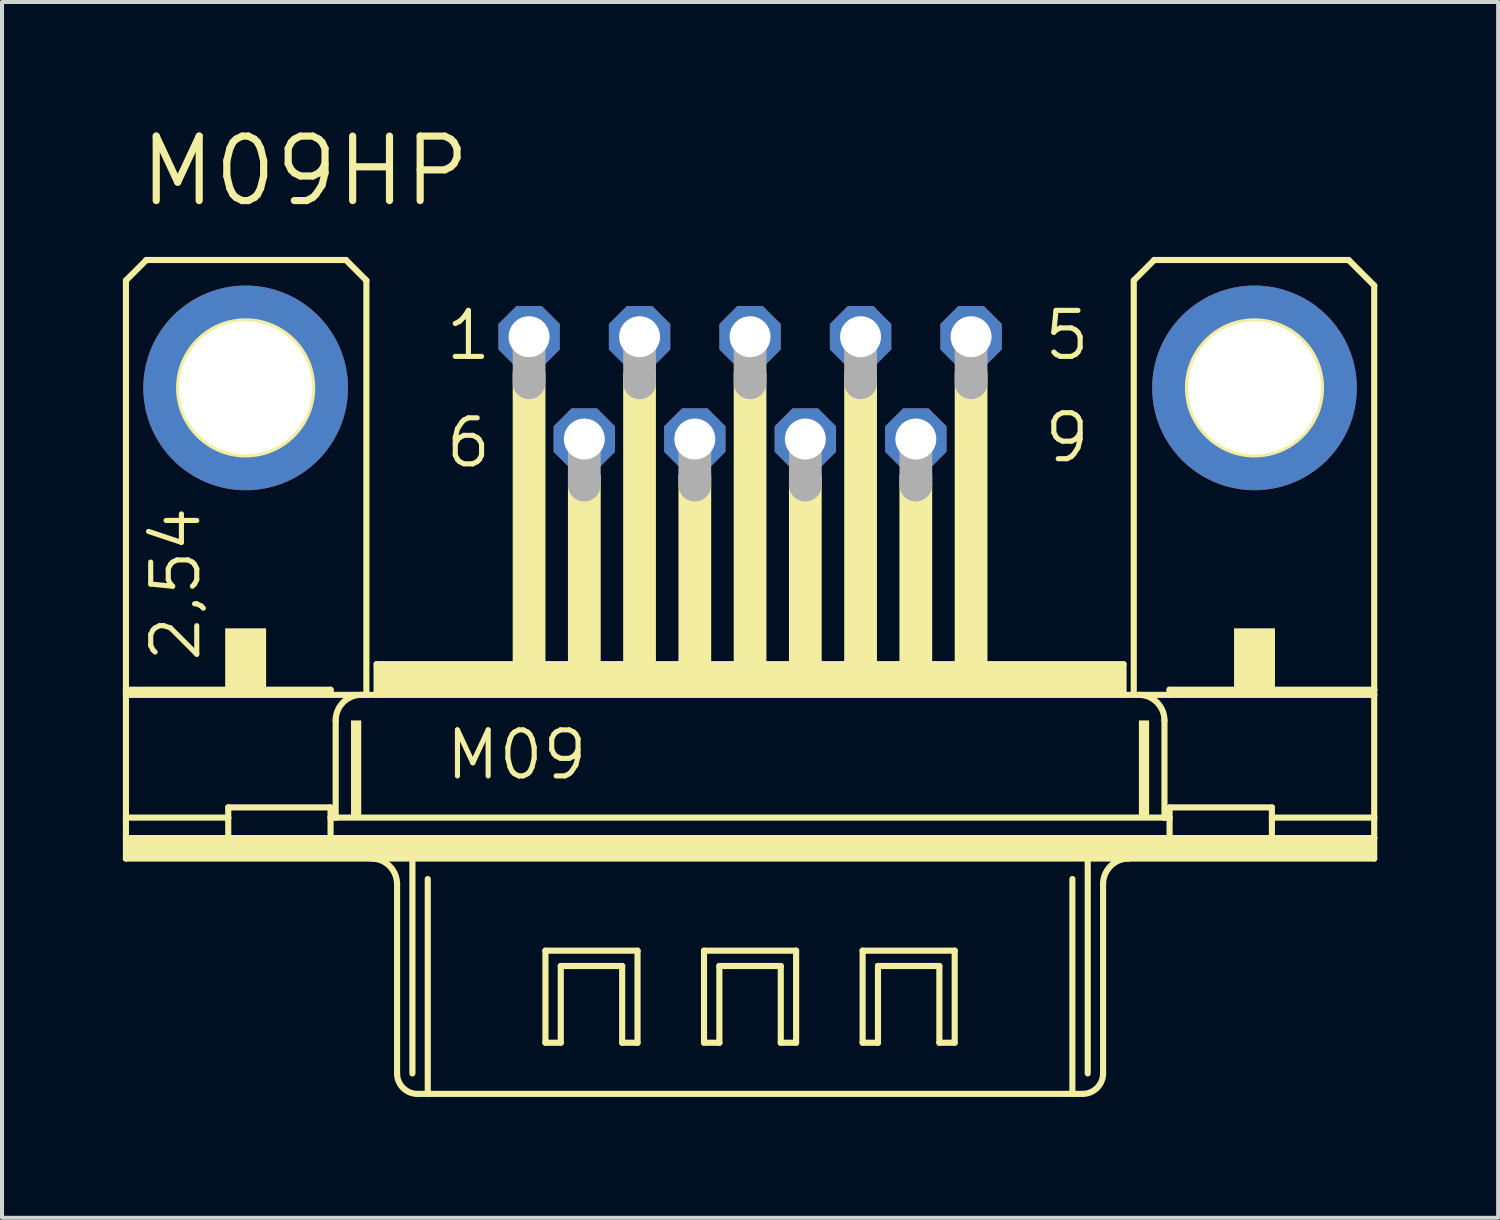
<source format=kicad_pcb>
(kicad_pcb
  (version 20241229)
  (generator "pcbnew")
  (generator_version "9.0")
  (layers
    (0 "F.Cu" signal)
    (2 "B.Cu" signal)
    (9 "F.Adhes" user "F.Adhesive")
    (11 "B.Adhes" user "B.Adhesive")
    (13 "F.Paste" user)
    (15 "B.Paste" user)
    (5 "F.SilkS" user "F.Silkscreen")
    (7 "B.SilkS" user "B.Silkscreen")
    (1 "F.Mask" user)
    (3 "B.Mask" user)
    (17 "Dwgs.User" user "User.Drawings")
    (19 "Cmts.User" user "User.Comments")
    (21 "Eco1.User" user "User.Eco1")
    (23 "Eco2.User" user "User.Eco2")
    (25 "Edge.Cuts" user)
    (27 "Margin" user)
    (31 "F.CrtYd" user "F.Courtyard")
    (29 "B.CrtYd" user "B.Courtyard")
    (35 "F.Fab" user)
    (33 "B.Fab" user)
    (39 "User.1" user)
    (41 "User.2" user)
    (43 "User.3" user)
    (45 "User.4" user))
  (footprint "M09HP"
    (layer "F.Cu")
    (at 15.57 6.579)
    (property "Reference" "M09HP" (at -15.24 -4.445 0) (layer "F.SilkS") (effects (font (size 1.6 1.6) (thickness 0.178)) (justify left bottom)))
    (fp_line (start -15.494 -2.667) (end -15.494 7.493) (stroke (width 0.152) (type solid)) (layer "F.SilkS"))
    (fp_line (start -15.494 7.62) (end -15.494 7.493) (stroke (width 0.152) (type solid)) (layer "F.SilkS"))
    (fp_line (start -15.494 10.668) (end -15.494 7.62) (stroke (width 0.152) (type solid)) (layer "F.SilkS"))
    (fp_line (start -15.494 11.176) (end -15.494 10.668) (stroke (width 0.152) (type solid)) (layer "F.SilkS"))
    (fp_line (start -15.494 11.684) (end -15.494 11.176) (stroke (width 0.152) (type solid)) (layer "F.SilkS"))
    (fp_line (start -14.986 -3.175) (end -15.494 -2.667) (stroke (width 0.152) (type solid)) (layer "F.SilkS"))
    (fp_line (start -12.954 10.668) (end -15.494 10.668) (stroke (width 0.152) (type solid)) (layer "F.SilkS"))
    (fp_line (start -12.954 10.668) (end -12.954 10.414) (stroke (width 0.152) (type solid)) (layer "F.SilkS"))
    (fp_line (start -12.954 10.668) (end -12.954 11.176) (stroke (width 0.152) (type solid)) (layer "F.SilkS"))
    (fp_line (start -12.954 11.176) (end -15.494 11.176) (stroke (width 0.152) (type solid)) (layer "F.SilkS"))
    (fp_line (start -10.414 7.493) (end -15.494 7.493) (stroke (width 0.152) (type solid)) (layer "F.SilkS"))
    (fp_line (start -10.414 7.493) (end -10.414 7.62) (stroke (width 0.152) (type solid)) (layer "F.SilkS"))
    (fp_line (start -10.414 7.62) (end -15.494 7.62) (stroke (width 0.152) (type solid)) (layer "F.SilkS"))
    (fp_line (start -10.414 10.414) (end -12.954 10.414) (stroke (width 0.152) (type solid)) (layer "F.SilkS"))
    (fp_line (start -10.414 10.414) (end -10.414 10.668) (stroke (width 0.152) (type solid)) (layer "F.SilkS"))
    (fp_line (start -10.414 10.668) (end -10.414 11.176) (stroke (width 0.152) (type solid)) (layer "F.SilkS"))
    (fp_line (start -10.414 11.176) (end -12.954 11.176) (stroke (width 0.152) (type solid)) (layer "F.SilkS"))
    (fp_line (start -10.287 8.255) (end -10.287 10.668) (stroke (width 0.152) (type solid)) (layer "F.SilkS"))
    (fp_line (start -10.287 10.668) (end -10.414 10.668) (stroke (width 0.152) (type solid)) (layer "F.SilkS"))
    (fp_line (start -10.033 -3.175) (end -14.986 -3.175) (stroke (width 0.152) (type solid)) (layer "F.SilkS"))
    (fp_line (start -9.525 -2.667) (end -10.033 -3.175) (stroke (width 0.152) (type solid)) (layer "F.SilkS"))
    (fp_line (start -9.525 -2.667) (end -9.525 7.62) (stroke (width 0.152) (type solid)) (layer "F.SilkS"))
    (fp_line (start -9.525 7.62) (end -10.414 7.62) (stroke (width 0.152) (type solid)) (layer "F.SilkS"))
    (fp_line (start -9.271 7.62) (end -9.525 7.62) (stroke (width 0.152) (type solid)) (layer "F.SilkS"))
    (fp_line (start -9.271 7.62) (end -9.271 6.858) (stroke (width 0.152) (type solid)) (layer "F.SilkS"))
    (fp_line (start -8.763 12.319) (end -8.763 17.018) (stroke (width 0.152) (type solid)) (layer "F.SilkS"))
    (fp_line (start -8.382 11.684) (end -15.494 11.684) (stroke (width 0.152) (type solid)) (layer "F.SilkS"))
    (fp_line (start -8.382 11.684) (end -8.382 17.018) (stroke (width 0.152) (type solid)) (layer "F.SilkS"))
    (fp_line (start -8.001 12.192) (end -8.001 17.526) (stroke (width 0.152) (type solid)) (layer "F.SilkS"))
    (fp_line (start -8.001 17.526) (end -8.255 17.526) (stroke (width 0.152) (type solid)) (layer "F.SilkS"))
    (fp_line (start -5.08 13.97) (end -2.794 13.97) (stroke (width 0.152) (type solid)) (layer "F.SilkS"))
    (fp_line (start -5.08 16.256) (end -5.08 13.97) (stroke (width 0.152) (type solid)) (layer "F.SilkS"))
    (fp_line (start -4.699 14.351) (end -4.699 16.256) (stroke (width 0.152) (type solid)) (layer "F.SilkS"))
    (fp_line (start -4.699 16.256) (end -5.08 16.256) (stroke (width 0.152) (type solid)) (layer "F.SilkS"))
    (fp_line (start -3.175 14.351) (end -4.699 14.351) (stroke (width 0.152) (type solid)) (layer "F.SilkS"))
    (fp_line (start -3.175 16.256) (end -3.175 14.351) (stroke (width 0.152) (type solid)) (layer "F.SilkS"))
    (fp_line (start -2.794 13.97) (end -2.794 16.256) (stroke (width 0.152) (type solid)) (layer "F.SilkS"))
    (fp_line (start -2.794 16.256) (end -3.175 16.256) (stroke (width 0.152) (type solid)) (layer "F.SilkS"))
    (fp_line (start -1.143 13.97) (end 1.143 13.97) (stroke (width 0.152) (type solid)) (layer "F.SilkS"))
    (fp_line (start -1.143 16.256) (end -1.143 13.97) (stroke (width 0.152) (type solid)) (layer "F.SilkS"))
    (fp_line (start -0.762 14.351) (end -0.762 16.256) (stroke (width 0.152) (type solid)) (layer "F.SilkS"))
    (fp_line (start -0.762 16.256) (end -1.143 16.256) (stroke (width 0.152) (type solid)) (layer "F.SilkS"))
    (fp_line (start 0.762 14.351) (end -0.762 14.351) (stroke (width 0.152) (type solid)) (layer "F.SilkS"))
    (fp_line (start 0.762 16.256) (end 0.762 14.351) (stroke (width 0.152) (type solid)) (layer "F.SilkS"))
    (fp_line (start 1.143 13.97) (end 1.143 16.256) (stroke (width 0.152) (type solid)) (layer "F.SilkS"))
    (fp_line (start 1.143 16.256) (end 0.762 16.256) (stroke (width 0.152) (type solid)) (layer "F.SilkS"))
    (fp_line (start 2.794 13.97) (end 5.08 13.97) (stroke (width 0.152) (type solid)) (layer "F.SilkS"))
    (fp_line (start 2.794 16.256) (end 2.794 13.97) (stroke (width 0.152) (type solid)) (layer "F.SilkS"))
    (fp_line (start 3.175 14.351) (end 3.175 16.256) (stroke (width 0.152) (type solid)) (layer "F.SilkS"))
    (fp_line (start 3.175 16.256) (end 2.794 16.256) (stroke (width 0.152) (type solid)) (layer "F.SilkS"))
    (fp_line (start 4.699 14.351) (end 3.175 14.351) (stroke (width 0.152) (type solid)) (layer "F.SilkS"))
    (fp_line (start 4.699 16.256) (end 4.699 14.351) (stroke (width 0.152) (type solid)) (layer "F.SilkS"))
    (fp_line (start 5.08 13.97) (end 5.08 16.256) (stroke (width 0.152) (type solid)) (layer "F.SilkS"))
    (fp_line (start 5.08 16.256) (end 4.699 16.256) (stroke (width 0.152) (type solid)) (layer "F.SilkS"))
    (fp_line (start 8.001 12.192) (end 8.001 17.526) (stroke (width 0.152) (type solid)) (layer "F.SilkS"))
    (fp_line (start 8.001 17.526) (end -8.001 17.526) (stroke (width 0.152) (type solid)) (layer "F.SilkS"))
    (fp_line (start 8.255 17.526) (end 8.001 17.526) (stroke (width 0.152) (type solid)) (layer "F.SilkS"))
    (fp_line (start 8.382 11.684) (end -8.382 11.684) (stroke (width 0.152) (type solid)) (layer "F.SilkS"))
    (fp_line (start 8.382 11.684) (end 8.382 17.018) (stroke (width 0.152) (type solid)) (layer "F.SilkS"))
    (fp_line (start 8.763 12.319) (end 8.763 17.018) (stroke (width 0.152) (type solid)) (layer "F.SilkS"))
    (fp_line (start 9.271 6.858) (end -9.271 6.858) (stroke (width 0.152) (type solid)) (layer "F.SilkS"))
    (fp_line (start 9.271 7.62) (end -9.271 7.62) (stroke (width 0.152) (type solid)) (layer "F.SilkS"))
    (fp_line (start 9.271 7.62) (end 9.271 6.858) (stroke (width 0.152) (type solid)) (layer "F.SilkS"))
    (fp_line (start 9.525 -2.667) (end 9.525 7.62) (stroke (width 0.152) (type solid)) (layer "F.SilkS"))
    (fp_line (start 9.525 7.62) (end 9.271 7.62) (stroke (width 0.152) (type solid)) (layer "F.SilkS"))
    (fp_line (start 10.033 -3.175) (end 9.525 -2.667) (stroke (width 0.152) (type solid)) (layer "F.SilkS"))
    (fp_line (start 10.033 -3.175) (end 14.859 -3.175) (stroke (width 0.152) (type solid)) (layer "F.SilkS"))
    (fp_line (start 10.287 8.255) (end 10.287 10.668) (stroke (width 0.152) (type solid)) (layer "F.SilkS"))
    (fp_line (start 10.287 10.668) (end -10.287 10.668) (stroke (width 0.152) (type solid)) (layer "F.SilkS"))
    (fp_line (start 10.414 7.493) (end 10.414 7.62) (stroke (width 0.152) (type solid)) (layer "F.SilkS"))
    (fp_line (start 10.414 7.62) (end 9.525 7.62) (stroke (width 0.152) (type solid)) (layer "F.SilkS"))
    (fp_line (start 10.414 10.414) (end 10.414 10.668) (stroke (width 0.152) (type solid)) (layer "F.SilkS"))
    (fp_line (start 10.414 10.668) (end 10.287 10.668) (stroke (width 0.152) (type solid)) (layer "F.SilkS"))
    (fp_line (start 10.414 10.668) (end 10.414 11.176) (stroke (width 0.152) (type solid)) (layer "F.SilkS"))
    (fp_line (start 10.414 11.176) (end -10.414 11.176) (stroke (width 0.152) (type solid)) (layer "F.SilkS"))
    (fp_line (start 12.954 10.414) (end 10.414 10.414) (stroke (width 0.152) (type solid)) (layer "F.SilkS"))
    (fp_line (start 12.954 10.668) (end 12.954 10.414) (stroke (width 0.152) (type solid)) (layer "F.SilkS"))
    (fp_line (start 12.954 10.668) (end 12.954 11.176) (stroke (width 0.152) (type solid)) (layer "F.SilkS"))
    (fp_line (start 12.954 11.176) (end 10.414 11.176) (stroke (width 0.152) (type solid)) (layer "F.SilkS"))
    (fp_line (start 14.859 -3.175) (end 15.494 -2.54) (stroke (width 0.152) (type solid)) (layer "F.SilkS"))
    (fp_line (start 15.494 -2.54) (end 15.494 7.493) (stroke (width 0.152) (type solid)) (layer "F.SilkS"))
    (fp_line (start 15.494 7.493) (end 10.414 7.493) (stroke (width 0.152) (type solid)) (layer "F.SilkS"))
    (fp_line (start 15.494 7.62) (end 10.414 7.62) (stroke (width 0.152) (type solid)) (layer "F.SilkS"))
    (fp_line (start 15.494 7.62) (end 15.494 7.493) (stroke (width 0.152) (type solid)) (layer "F.SilkS"))
    (fp_line (start 15.494 7.62) (end 15.494 10.668) (stroke (width 0.152) (type solid)) (layer "F.SilkS"))
    (fp_line (start 15.494 10.668) (end 12.954 10.668) (stroke (width 0.152) (type solid)) (layer "F.SilkS"))
    (fp_line (start 15.494 10.668) (end 15.494 11.176) (stroke (width 0.152) (type solid)) (layer "F.SilkS"))
    (fp_line (start 15.494 11.176) (end 12.954 11.176) (stroke (width 0.152) (type solid)) (layer "F.SilkS"))
    (fp_line (start 15.494 11.176) (end 15.494 11.684) (stroke (width 0.152) (type solid)) (layer "F.SilkS"))
    (fp_line (start 15.494 11.684) (end 8.382 11.684) (stroke (width 0.152) (type solid)) (layer "F.SilkS"))
    (fp_arc (start -10.287 8.255) (mid -10.101013 7.805987) (end -9.652 7.62) (stroke (width 0.1524) (type solid)) (layer "F.SilkS"))
    (fp_arc (start -9.398 11.684) (mid -8.948987 11.869987) (end -8.763 12.319) (stroke (width 0.1524) (type solid)) (layer "F.SilkS"))
    (fp_arc (start -8.255 17.526) (mid -8.61421 17.37721) (end -8.763 17.018) (stroke (width 0.1524) (type solid)) (layer "F.SilkS"))
    (fp_arc (start 8.763 12.319) (mid 8.948987 11.869987) (end 9.398 11.684) (stroke (width 0.1524) (type solid)) (layer "F.SilkS"))
    (fp_arc (start 8.763 17.018) (mid 8.61421 17.37721) (end 8.255 17.526) (stroke (width 0.1524) (type solid)) (layer "F.SilkS"))
    (fp_arc (start 9.652 7.62) (mid 10.101013 7.805987) (end 10.287 8.255) (stroke (width 0.1524) (type solid)) (layer "F.SilkS"))
    (fp_circle (center -12.522 0) (end -10.871 0) (stroke (width 0.152) (type solid)) (fill no) (layer "F.SilkS"))
    (fp_circle (center 12.522 0) (end 14.173 0) (stroke (width 0.152) (type solid)) (fill no) (layer "F.SilkS"))
    (fp_poly (pts (xy -15.494 11.684) (xy 15.494 11.684) (xy 15.494 11.176) (xy -15.494 11.176)) (stroke (width 0) (type default)) (fill yes) (layer "F.SilkS"))
    (fp_poly (pts (xy -13.03 7.62) (xy -12.014 7.62) (xy -12.014 5.969) (xy -13.03 5.969)) (stroke (width 0) (type default)) (fill yes) (layer "F.SilkS"))
    (fp_poly (pts (xy -9.906 10.668) (xy -9.652 10.668) (xy -9.652 8.255) (xy -9.906 8.255)) (stroke (width 0) (type default)) (fill yes) (layer "F.SilkS"))
    (fp_poly (pts (xy -9.271 7.62) (xy 9.271 7.62) (xy 9.271 6.858) (xy -9.271 6.858)) (stroke (width 0) (type default)) (fill yes) (layer "F.SilkS"))
    (fp_poly (pts (xy -5.893 6.858) (xy -5.08 6.858) (xy -5.08 -0.381) (xy -5.893 -0.381)) (stroke (width 0) (type default)) (fill yes) (layer "F.SilkS"))
    (fp_poly (pts (xy -4.521 6.858) (xy -3.708 6.858) (xy -3.708 2.159) (xy -4.521 2.159)) (stroke (width 0) (type default)) (fill yes) (layer "F.SilkS"))
    (fp_poly (pts (xy -3.15 6.858) (xy -2.337 6.858) (xy -2.337 -0.381) (xy -3.15 -0.381)) (stroke (width 0) (type default)) (fill yes) (layer "F.SilkS"))
    (fp_poly (pts (xy -1.778 6.858) (xy -0.965 6.858) (xy -0.965 2.159) (xy -1.778 2.159)) (stroke (width 0) (type default)) (fill yes) (layer "F.SilkS"))
    (fp_poly (pts (xy -0.406 6.858) (xy 0.406 6.858) (xy 0.406 -0.381) (xy -0.406 -0.381)) (stroke (width 0) (type default)) (fill yes) (layer "F.SilkS"))
    (fp_poly (pts (xy 0.965 6.858) (xy 1.778 6.858) (xy 1.778 2.159) (xy 0.965 2.159)) (stroke (width 0) (type default)) (fill yes) (layer "F.SilkS"))
    (fp_poly (pts (xy 2.337 6.858) (xy 3.15 6.858) (xy 3.15 -0.381) (xy 2.337 -0.381)) (stroke (width 0) (type default)) (fill yes) (layer "F.SilkS"))
    (fp_poly (pts (xy 3.708 6.858) (xy 4.521 6.858) (xy 4.521 2.159) (xy 3.708 2.159)) (stroke (width 0) (type default)) (fill yes) (layer "F.SilkS"))
    (fp_poly (pts (xy 5.08 6.858) (xy 5.893 6.858) (xy 5.893 -0.381) (xy 5.08 -0.381)) (stroke (width 0) (type default)) (fill yes) (layer "F.SilkS"))
    (fp_poly (pts (xy 9.652 10.668) (xy 9.906 10.668) (xy 9.906 8.255) (xy 9.652 8.255)) (stroke (width 0) (type default)) (fill yes) (layer "F.SilkS"))
    (fp_poly (pts (xy 12.014 7.62) (xy 13.03 7.62) (xy 13.03 5.969) (xy 12.014 5.969)) (stroke (width 0) (type default)) (fill yes) (layer "F.SilkS"))
    (fp_line (start -5.486 -1.143) (end -5.486 -0.127) (stroke (width 0.813) (type solid)) (layer "F.Fab"))
    (fp_line (start -4.115 1.397) (end -4.115 2.413) (stroke (width 0.813) (type solid)) (layer "F.Fab"))
    (fp_line (start -2.743 -1.143) (end -2.743 -0.127) (stroke (width 0.813) (type solid)) (layer "F.Fab"))
    (fp_line (start -1.372 1.397) (end -1.372 2.413) (stroke (width 0.813) (type solid)) (layer "F.Fab"))
    (fp_line (start 0 -1.143) (end 0 -0.127) (stroke (width 0.813) (type solid)) (layer "F.Fab"))
    (fp_line (start 1.372 1.397) (end 1.372 2.413) (stroke (width 0.813) (type solid)) (layer "F.Fab"))
    (fp_line (start 2.743 -1.143) (end 2.743 -0.127) (stroke (width 0.813) (type solid)) (layer "F.Fab"))
    (fp_line (start 4.115 1.397) (end 4.115 2.413) (stroke (width 0.813) (type solid)) (layer "F.Fab"))
    (fp_line (start 5.486 -1.143) (end 5.486 -0.127) (stroke (width 0.813) (type solid)) (layer "F.Fab"))
    (fp_text user "2,54" (at -13.589 6.858 90) (layer "F.SilkS") (effects (font (size 1.143 1.143) (thickness 0.127)) (justify left bottom)))
    (fp_text user "1" (at -7.62 -0.635 0) (layer "F.SilkS") (effects (font (size 1.143 1.143) (thickness 0.127)) (justify left bottom)))
    (fp_text user "M09" (at -7.62 9.779 0) (layer "F.SilkS") (effects (font (size 1.143 1.143) (thickness 0.127)) (justify left bottom)))
    (fp_text user "5" (at 7.239 -0.635 0) (layer "F.SilkS") (effects (font (size 1.143 1.143) (thickness 0.127)) (justify left bottom)))
    (fp_text user "9" (at 7.239 1.905 0) (layer "F.SilkS") (effects (font (size 1.143 1.143) (thickness 0.127)) (justify left bottom)))
    (fp_text user "6" (at -7.62 2.032 0) (layer "F.SilkS") (effects (font (size 1.143 1.143) (thickness 0.127)) (justify left bottom)))
    (pad "1" thru_hole roundrect (at -5.486 -1.27) (size 1.524 1.524) (drill 1.016) (layers "*.Cu" "*.Mask") (roundrect_rratio 0.25) (chamfer_ratio 0.293) (chamfer top_left top_right bottom_left bottom_right))
    (pad "2" thru_hole roundrect (at -2.743 -1.27) (size 1.524 1.524) (drill 1.016) (layers "*.Cu" "*.Mask") (roundrect_rratio 0.25) (chamfer_ratio 0.293) (chamfer top_left top_right bottom_left bottom_right))
    (pad "3" thru_hole roundrect (at 0 -1.27) (size 1.524 1.524) (drill 1.016) (layers "*.Cu" "*.Mask") (roundrect_rratio 0.25) (chamfer_ratio 0.293) (chamfer top_left top_right bottom_left bottom_right))
    (pad "4" thru_hole roundrect (at 2.743 -1.27) (size 1.524 1.524) (drill 1.016) (layers "*.Cu" "*.Mask") (roundrect_rratio 0.25) (chamfer_ratio 0.293) (chamfer top_left top_right bottom_left bottom_right))
    (pad "5" thru_hole roundrect (at 5.486 -1.27) (size 1.524 1.524) (drill 1.016) (layers "*.Cu" "*.Mask") (roundrect_rratio 0.25) (chamfer_ratio 0.293) (chamfer top_left top_right bottom_left bottom_right))
    (pad "6" thru_hole roundrect (at -4.115 1.27) (size 1.524 1.524) (drill 1.016) (layers "*.Cu" "*.Mask") (roundrect_rratio 0.25) (chamfer_ratio 0.293) (chamfer top_left top_right bottom_left bottom_right))
    (pad "7" thru_hole roundrect (at -1.372 1.27) (size 1.524 1.524) (drill 1.016) (layers "*.Cu" "*.Mask") (roundrect_rratio 0.25) (chamfer_ratio 0.293) (chamfer top_left top_right bottom_left bottom_right))
    (pad "8" thru_hole roundrect (at 1.372 1.27) (size 1.524 1.524) (drill 1.016) (layers "*.Cu" "*.Mask") (roundrect_rratio 0.25) (chamfer_ratio 0.293) (chamfer top_left top_right bottom_left bottom_right))
    (pad "9" thru_hole roundrect (at 4.115 1.27) (size 1.524 1.524) (drill 1.016) (layers "*.Cu" "*.Mask") (roundrect_rratio 0.25) (chamfer_ratio 0.293) (chamfer top_left top_right bottom_left bottom_right))
    (pad "G1" thru_hole circle (at -12.522 0) (size 5.08 5.08) (drill 3.302) (layers "*.Cu" "*.Mask"))
    (pad "G2" thru_hole circle (at 12.522 0) (size 5.08 5.08) (drill 3.302) (layers "*.Cu" "*.Mask")))
  (gr_rect
    (start -3 -3)
    (end 34.14 27.181)
    (stroke (width 0.1) (type default))
    (fill no)
    (layer "Edge.Cuts")))
</source>
